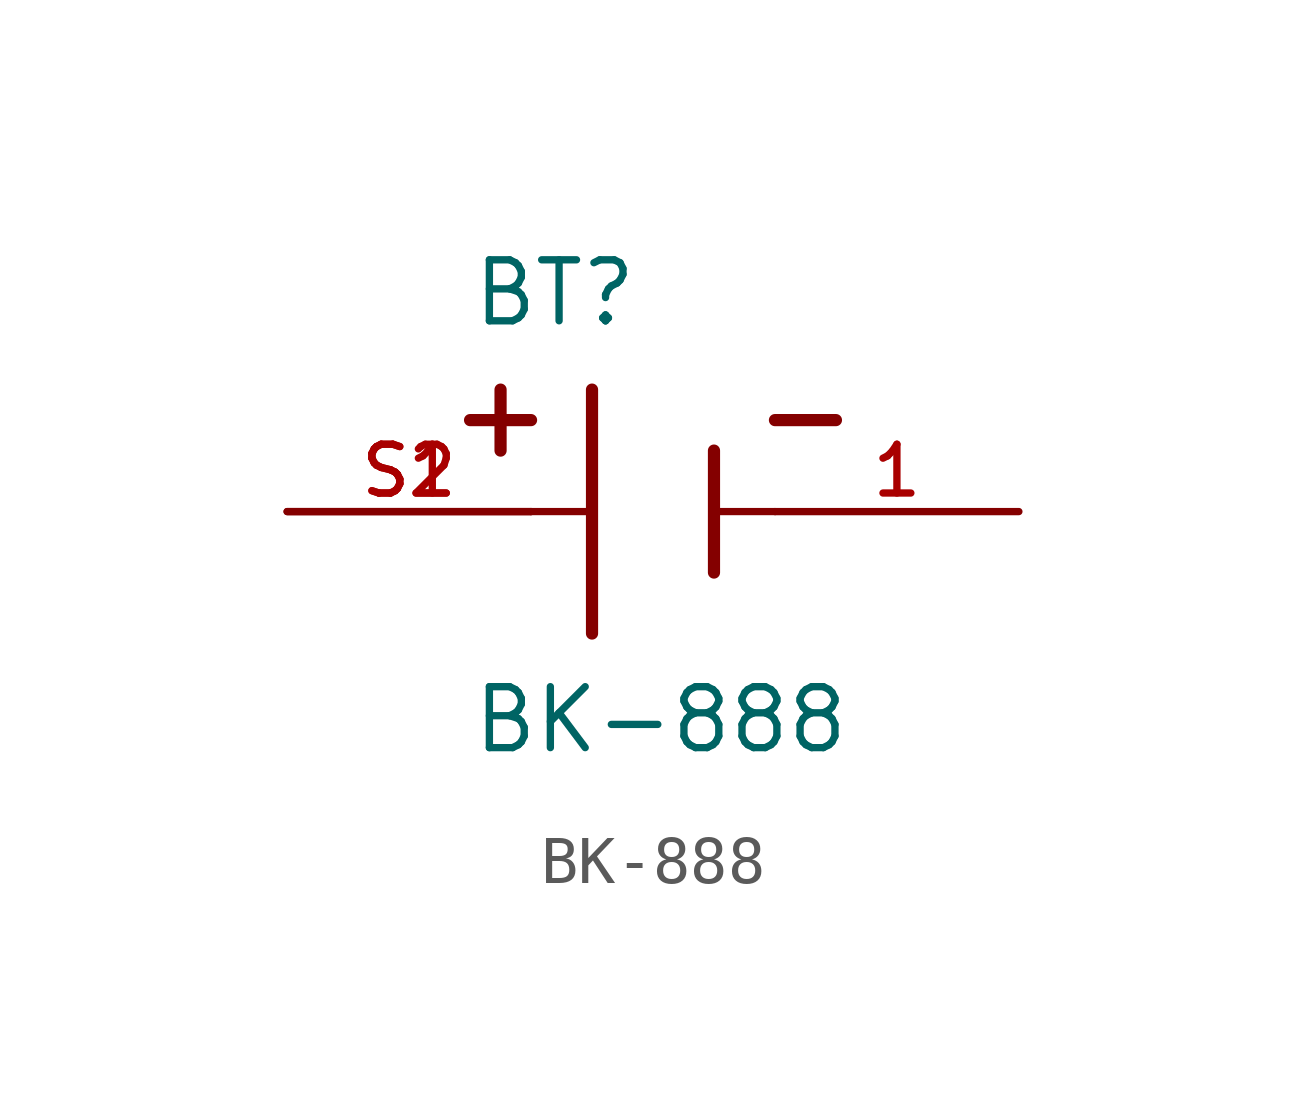
<source format=kicad_sym>
(kicad_symbol_lib
  (version 20211014)
  (generator kicad_symbol_editor)
  (symbol "BK-888"
    (pin_names
      (offset 1.016))
    (property "Reference" "BT"
      (at -3.81 3.81 0)
      (effects (font (size 1.27 1.27)) (justify bottom left)))
    (property "Value" "BK-888"
      (at -3.81 -5.08 0)
      (effects (font (size 1.27 1.27)) (justify bottom left)))
    (symbol "BK-888_0_0"
      (polyline (pts (xy -1.27 2.54) (xy -1.27 -2.54)) (stroke (width 0.254)))
      (polyline (pts (xy 1.27 1.27) (xy 1.27 -1.27)) (stroke (width 0.254)))
      (polyline (pts (xy -1.27 0.0) (xy -2.54 0.0)) (stroke (width 0.152)))
      (polyline (pts (xy 1.27 0.0) (xy 2.54 0.0)) (stroke (width 0.152)))
      (polyline (pts (xy -3.175 2.54) (xy -3.175 1.27)) (stroke (width 0.254)))
      (polyline (pts (xy -3.81 1.905) (xy -2.54 1.905)) (stroke (width 0.254)))
      (polyline (pts (xy 3.81 1.905) (xy 2.54 1.905)) (stroke (width 0.254)))
      (pin passive line (at -7.62 0.0 0) (length 5.08) (name "~" (effects (font (size 1.016 1.016)))) (number "S1" (effects (font (size 1.016 1.016)))))
      (pin passive line (at 7.62 0.0 180.0) (length 5.08) (name "~" (effects (font (size 1.016 1.016)))) (number "1" (effects (font (size 1.016 1.016)))))
      (pin passive line (at -7.62 0.0 0) (length 5.08) (name "~" (effects (font (size 1.016 1.016)))) (number "S2" (effects (font (size 1.016 1.016))))))))
</source>
